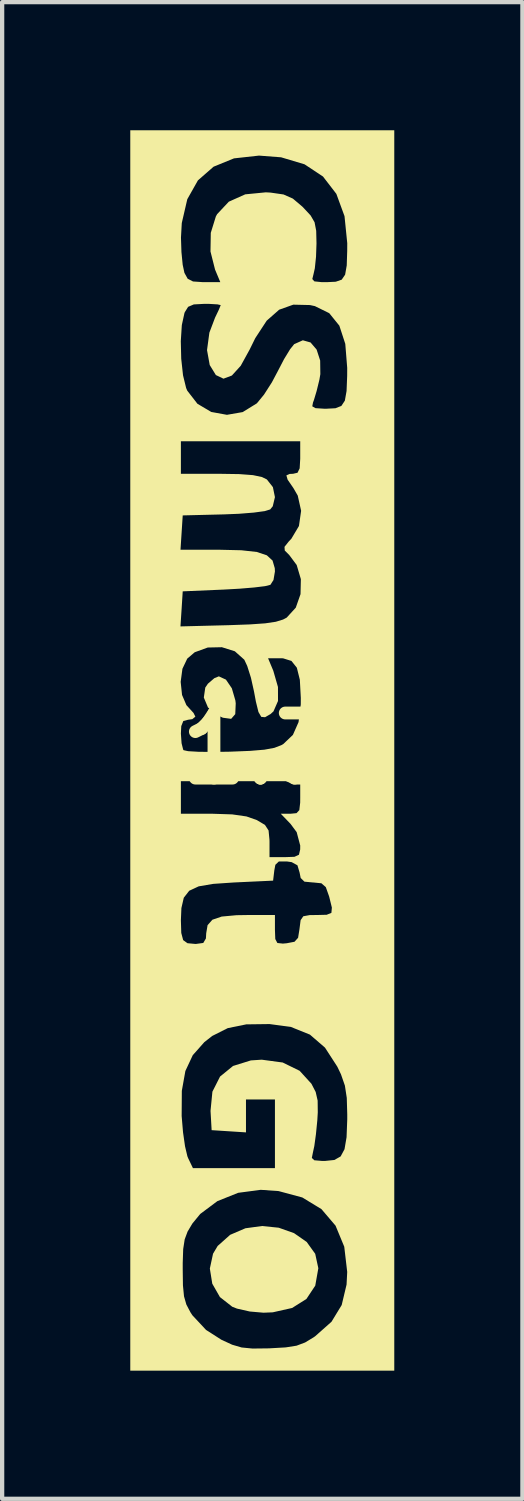
<source format=kicad_pcb>
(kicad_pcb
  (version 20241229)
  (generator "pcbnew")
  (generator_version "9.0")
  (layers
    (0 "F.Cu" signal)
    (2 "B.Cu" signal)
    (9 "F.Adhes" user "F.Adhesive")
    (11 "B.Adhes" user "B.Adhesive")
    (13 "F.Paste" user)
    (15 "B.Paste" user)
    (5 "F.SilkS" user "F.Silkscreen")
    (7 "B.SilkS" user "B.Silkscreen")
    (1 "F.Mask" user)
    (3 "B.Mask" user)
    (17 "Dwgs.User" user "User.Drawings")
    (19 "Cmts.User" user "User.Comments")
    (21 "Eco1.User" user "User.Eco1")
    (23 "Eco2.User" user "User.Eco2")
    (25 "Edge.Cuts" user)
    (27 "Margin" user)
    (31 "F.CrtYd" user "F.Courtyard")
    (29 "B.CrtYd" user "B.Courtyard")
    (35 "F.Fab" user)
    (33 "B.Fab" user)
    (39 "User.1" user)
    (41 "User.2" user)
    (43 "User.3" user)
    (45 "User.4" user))
  (footprint "1.3"
    (layer "F.Cu")
    (at 3.048 14.478)
    (property "Reference" "1.3" (at 0 0 0) (layer "F.SilkS") (effects (font (size 1.524 1.524) (thickness 0.3))))
    (attr board_only exclude_from_pos_files exclude_from_bom)
    (fp_poly (pts (xy -0.808 -1.616) (xy -0.67 -1.413) (xy -0.587 -1.128) (xy -0.579 -1.06) (xy -0.59 -0.808) (xy -0.686 -0.698) (xy -0.879 -0.724) (xy -1.015 -0.785) (xy -1.229 -0.965) (xy -1.326 -1.197) (xy -1.292 -1.43) (xy -1.23 -1.521) (xy -1.08 -1.65) (xy -0.974 -1.693)) (stroke (width 0) (type solid)) (fill yes) (layer "F.SilkS"))
    (fp_poly (pts (xy 0.428 11.216) (xy 0.786 11.343) (xy 1.082 11.549) (xy 1.282 11.827) (xy 1.355 12.165) (xy 1.283 12.572) (xy 1.076 12.884) (xy 0.741 13.095) (xy 0.288 13.197) (xy 0.072 13.206) (xy -0.249 13.178) (xy -0.549 13.11) (xy -0.661 13.066) (xy -0.949 12.84) (xy -1.128 12.527) (xy -1.185 12.172) (xy -1.11 11.824) (xy -1.002 11.643) (xy -0.709 11.382) (xy -0.352 11.229) (xy 0.037 11.176)) (stroke (width 0) (type solid)) (fill yes) (layer "F.SilkS"))
    (fp_poly (pts (xy 3.133 14.563) (xy -3.048 14.563) (xy -3.048 12.192) (xy -1.82 12.192) (xy -1.815 12.565) (xy -1.79 12.822) (xy -1.735 13.014) (xy -1.64 13.195) (xy -1.593 13.267) (xy -1.274 13.609) (xy -0.916 13.838) (xy -0.663 13.955) (xy -0.441 14.02) (xy -0.186 14.045) (xy 0.166 14.041) (xy 0.226 14.039) (xy 0.591 14.018) (xy 0.845 13.978) (xy 1.045 13.903) (xy 1.248 13.78) (xy 1.283 13.755) (xy 1.663 13.418) (xy 1.902 13.026) (xy 2.016 12.547) (xy 2.031 12.252) (xy 1.962 11.661) (xy 1.758 11.168) (xy 1.428 10.781) (xy 0.98 10.508) (xy 0.423 10.358) (xy 0.006 10.329) (xy -0.523 10.399) (xy -1.009 10.594) (xy -1.41 10.894) (xy -1.593 11.117) (xy -1.706 11.306) (xy -1.774 11.489) (xy -1.809 11.716) (xy -1.82 12.042) (xy -1.82 12.192) (xy -3.048 12.192) (xy -3.048 8.599) (xy -1.845 8.599) (xy -1.844 8.612) (xy -1.813 8.98) (xy -1.766 9.309) (xy -1.711 9.543) (xy -1.693 9.588) (xy -1.581 9.821) (xy 0.339 9.821) (xy 0.339 8.213) (xy -0.339 8.213) (xy -0.339 8.984) (xy -0.741 8.958) (xy -1.143 8.932) (xy -1.169 8.48) (xy -1.125 8.031) (xy -0.946 7.677) (xy -0.642 7.429) (xy -0.225 7.299) (xy 0.03 7.282) (xy 0.521 7.348) (xy 0.917 7.542) (xy 1.193 7.845) (xy 1.293 8.038) (xy 1.339 8.24) (xy 1.342 8.515) (xy 1.331 8.703) (xy 1.299 9.026) (xy 1.261 9.304) (xy 1.227 9.461) (xy 1.203 9.582) (xy 1.261 9.637) (xy 1.438 9.652) (xy 1.516 9.652) (xy 1.73 9.63) (xy 1.877 9.547) (xy 1.968 9.378) (xy 2.016 9.097) (xy 2.032 8.678) (xy 2.032 8.561) (xy 2.021 8.177) (xy 1.977 7.889) (xy 1.885 7.624) (xy 1.799 7.445) (xy 1.511 7) (xy 1.158 6.695) (xy 0.714 6.516) (xy 0.213 6.448) (xy -0.332 6.455) (xy -0.765 6.543) (xy -1.129 6.726) (xy -1.314 6.871) (xy -1.585 7.177) (xy -1.758 7.547) (xy -1.841 8.011) (xy -1.845 8.599) (xy -3.048 8.599) (xy -3.048 4.017) (xy -1.863 4.017) (xy -1.854 4.315) (xy -1.81 4.482) (xy -1.709 4.555) (xy -1.526 4.572) (xy -1.51 4.572) (xy -1.339 4.549) (xy -1.277 4.444) (xy -1.27 4.321) (xy -1.238 4.132) (xy -1.125 4.005) (xy -0.907 3.931) (xy -0.559 3.899) (xy -0.302 3.895) (xy 0.339 3.895) (xy 0.339 4.239) (xy 0.347 4.457) (xy 0.396 4.55) (xy 0.525 4.564) (xy 0.614 4.556) (xy 0.797 4.521) (xy 0.881 4.428) (xy 0.914 4.222) (xy 0.915 4.212) (xy 0.94 4.016) (xy 1.003 3.924) (xy 1.156 3.896) (xy 1.317 3.895) (xy 1.551 3.889) (xy 1.661 3.844) (xy 1.672 3.721) (xy 1.612 3.477) (xy 1.604 3.45) (xy 1.53 3.242) (xy 1.427 3.152) (xy 1.239 3.133) (xy 1.229 3.133) (xy 1.03 3.114) (xy 0.942 3.029) (xy 0.916 2.9) (xy 0.866 2.731) (xy 0.731 2.657) (xy 0.62 2.641) (xy 0.431 2.641) (xy 0.349 2.719) (xy 0.324 2.853) (xy 0.296 3.09) (xy -0.622 3.133) (xy -1.107 3.166) (xy -1.447 3.224) (xy -1.668 3.327) (xy -1.795 3.49) (xy -1.851 3.732) (xy -1.863 4.017) (xy -3.048 4.017) (xy -3.048 1.524) (xy -1.863 1.524) (xy -1.122 1.524) (xy -0.661 1.539) (xy -0.327 1.587) (xy -0.085 1.672) (xy 0.105 1.785) (xy 0.19 1.916) (xy 0.211 2.134) (xy 0.212 2.18) (xy 0.212 2.54) (xy 0.572 2.54) (xy 0.797 2.532) (xy 0.901 2.484) (xy 0.93 2.36) (xy 0.931 2.269) (xy 0.848 1.955) (xy 0.704 1.761) (xy 0.476 1.524) (xy 0.704 1.524) (xy 0.844 1.51) (xy 0.91 1.439) (xy 0.93 1.264) (xy 0.931 1.143) (xy 0.931 0.762) (xy -1.863 0.762) (xy -1.863 1.524) (xy -3.048 1.524) (xy -3.048 -1.564) (xy -1.868 -1.564) (xy -1.836 -1.258) (xy -1.734 -1.019) (xy -1.693 -0.974) (xy -1.567 -0.836) (xy -1.524 -0.749) (xy -1.595 -0.691) (xy -1.693 -0.677) (xy -1.806 -0.648) (xy -1.854 -0.528) (xy -1.863 -0.353) (xy -1.847 -0.127) (xy -1.81 0.021) (xy -1.799 0.036) (xy -1.694 0.059) (xy -1.456 0.073) (xy -1.119 0.077) (xy -0.719 0.071) (xy -0.716 0.071) (xy -0.244 0.052) (xy 0.092 0.024) (xy 0.325 -0.019) (xy 0.487 -0.081) (xy 0.537 -0.11) (xy 0.76 -0.323) (xy 0.892 -0.622) (xy 0.944 -1.038) (xy 0.945 -1.188) (xy 0.922 -1.613) (xy 0.852 -1.895) (xy 0.725 -2.054) (xy 0.529 -2.115) (xy 0.472 -2.117) (xy 0.178 -2.117) (xy 0.301 -1.823) (xy 0.41 -1.444) (xy 0.411 -1.116) (xy 0.305 -0.873) (xy 0.236 -0.81) (xy 0.108 -0.736) (xy 0.019 -0.744) (xy -0.047 -0.858) (xy -0.107 -1.102) (xy -0.152 -1.343) (xy -0.223 -1.661) (xy -0.31 -1.936) (xy -0.378 -2.082) (xy -0.6 -2.28) (xy -0.903 -2.375) (xy -1.234 -2.368) (xy -1.539 -2.257) (xy -1.714 -2.108) (xy -1.827 -1.87) (xy -1.868 -1.564) (xy -3.048 -1.564) (xy -3.048 -2.862) (xy -1.873 -2.862) (xy -0.742 -2.891) (xy -0.246 -2.909) (xy 0.111 -2.934) (xy 0.36 -2.971) (xy 0.529 -3.023) (xy 0.614 -3.068) (xy 0.827 -3.301) (xy 0.938 -3.618) (xy 0.946 -3.969) (xy 0.848 -4.3) (xy 0.675 -4.532) (xy 0.569 -4.639) (xy 0.563 -4.725) (xy 0.663 -4.851) (xy 0.723 -4.914) (xy 0.901 -5.213) (xy 0.952 -5.569) (xy 0.873 -5.925) (xy 0.772 -6.1) (xy 0.636 -6.298) (xy 0.607 -6.398) (xy 0.684 -6.432) (xy 0.762 -6.435) (xy 0.868 -6.46) (xy 0.918 -6.563) (xy 0.931 -6.788) (xy 0.931 -6.816) (xy 0.931 -7.197) (xy -1.863 -7.197) (xy -1.863 -6.435) (xy -0.95 -6.435) (xy -0.494 -6.428) (xy -0.176 -6.404) (xy 0.033 -6.36) (xy 0.15 -6.303) (xy 0.291 -6.123) (xy 0.339 -5.889) (xy 0.288 -5.675) (xy 0.228 -5.601) (xy 0.102 -5.562) (xy -0.155 -5.527) (xy -0.505 -5.499) (xy -0.852 -5.485) (xy -1.82 -5.461) (xy -1.846 -5.059) (xy -1.872 -4.657) (xy -0.955 -4.657) (xy -0.448 -4.645) (xy -0.087 -4.605) (xy 0.149 -4.527) (xy 0.283 -4.404) (xy 0.335 -4.226) (xy 0.339 -4.149) (xy 0.305 -3.949) (xy 0.233 -3.836) (xy 0.11 -3.805) (xy -0.144 -3.774) (xy -0.491 -3.745) (xy -0.847 -3.725) (xy -1.82 -3.683) (xy -1.846 -3.272) (xy -1.873 -2.862) (xy -3.048 -2.862) (xy -3.048 -9.541) (xy -1.865 -9.541) (xy -1.855 -9.128) (xy -1.813 -8.742) (xy -1.74 -8.443) (xy -1.714 -8.382) (xy -1.476 -8.075) (xy -1.152 -7.883) (xy -0.785 -7.816) (xy -0.416 -7.88) (xy -0.089 -8.082) (xy -0.081 -8.089) (xy 0.083 -8.289) (xy 0.267 -8.576) (xy 0.406 -8.838) (xy 0.553 -9.121) (xy 0.693 -9.35) (xy 0.789 -9.47) (xy 0.992 -9.561) (xy 1.173 -9.51) (xy 1.315 -9.343) (xy 1.398 -9.087) (xy 1.402 -8.768) (xy 1.38 -8.639) (xy 1.315 -8.373) (xy 1.251 -8.159) (xy 1.231 -8.107) (xy 1.213 -8.015) (xy 1.288 -7.972) (xy 1.489 -7.959) (xy 1.547 -7.959) (xy 1.756 -7.97) (xy 1.894 -8.024) (xy 1.976 -8.148) (xy 2.016 -8.373) (xy 2.03 -8.726) (xy 2.031 -8.914) (xy 1.986 -9.477) (xy 1.847 -9.903) (xy 1.61 -10.196) (xy 1.274 -10.361) (xy 1.158 -10.386) (xy 0.769 -10.395) (xy 0.438 -10.277) (xy 0.146 -10.02) (xy -0.121 -9.612) (xy -0.253 -9.344) (xy -0.462 -8.964) (xy -0.669 -8.736) (xy -0.866 -8.662) (xy -1.044 -8.747) (xy -1.188 -8.982) (xy -1.251 -9.331) (xy -1.196 -9.74) (xy -1.063 -10.091) (xy -0.975 -10.275) (xy -0.932 -10.38) (xy -0.931 -10.385) (xy -1.007 -10.402) (xy -1.199 -10.413) (xy -1.314 -10.414) (xy -1.56 -10.401) (xy -1.694 -10.344) (xy -1.772 -10.218) (xy -1.78 -10.197) (xy -1.841 -9.917) (xy -1.865 -9.541) (xy -3.048 -9.541) (xy -3.048 -11.965) (xy -1.861 -11.965) (xy -1.85 -11.627) (xy -1.821 -11.33) (xy -1.78 -11.139) (xy -1.704 -11.002) (xy -1.579 -10.938) (xy -1.346 -10.922) (xy -1.319 -10.922) (xy -0.94 -10.922) (xy -1.063 -11.216) (xy -1.17 -11.64) (xy -1.163 -12.077) (xy -1.044 -12.461) (xy -1.014 -12.515) (xy -0.741 -12.806) (xy -0.356 -12.978) (xy 0.125 -13.025) (xy 0.236 -13.019) (xy 0.54 -12.975) (xy 0.759 -12.878) (xy 0.98 -12.691) (xy 1.001 -12.67) (xy 1.174 -12.484) (xy 1.267 -12.324) (xy 1.305 -12.124) (xy 1.312 -11.831) (xy 1.301 -11.517) (xy 1.273 -11.247) (xy 1.243 -11.113) (xy 1.214 -10.995) (xy 1.263 -10.94) (xy 1.427 -10.923) (xy 1.552 -10.922) (xy 1.763 -10.932) (xy 1.902 -10.98) (xy 1.982 -11.097) (xy 2.02 -11.313) (xy 2.031 -11.656) (xy 2.032 -11.834) (xy 1.968 -12.467) (xy 1.777 -12.989) (xy 1.464 -13.395) (xy 1.032 -13.681) (xy 0.484 -13.845) (xy -0.034 -13.885) (xy -0.62 -13.82) (xy -1.098 -13.625) (xy -1.464 -13.305) (xy -1.713 -12.864) (xy -1.842 -12.306) (xy -1.861 -11.965) (xy -3.048 -11.965) (xy -3.048 -14.478) (xy 3.133 -14.478)) (stroke (width 0) (type solid)) (fill yes) (layer "F.SilkS")))
  (gr_rect
    (start -3 -3)
    (end 9.181 32.041)
    (stroke (width 0.1) (type default))
    (fill no)
    (layer "Edge.Cuts")))
</source>
